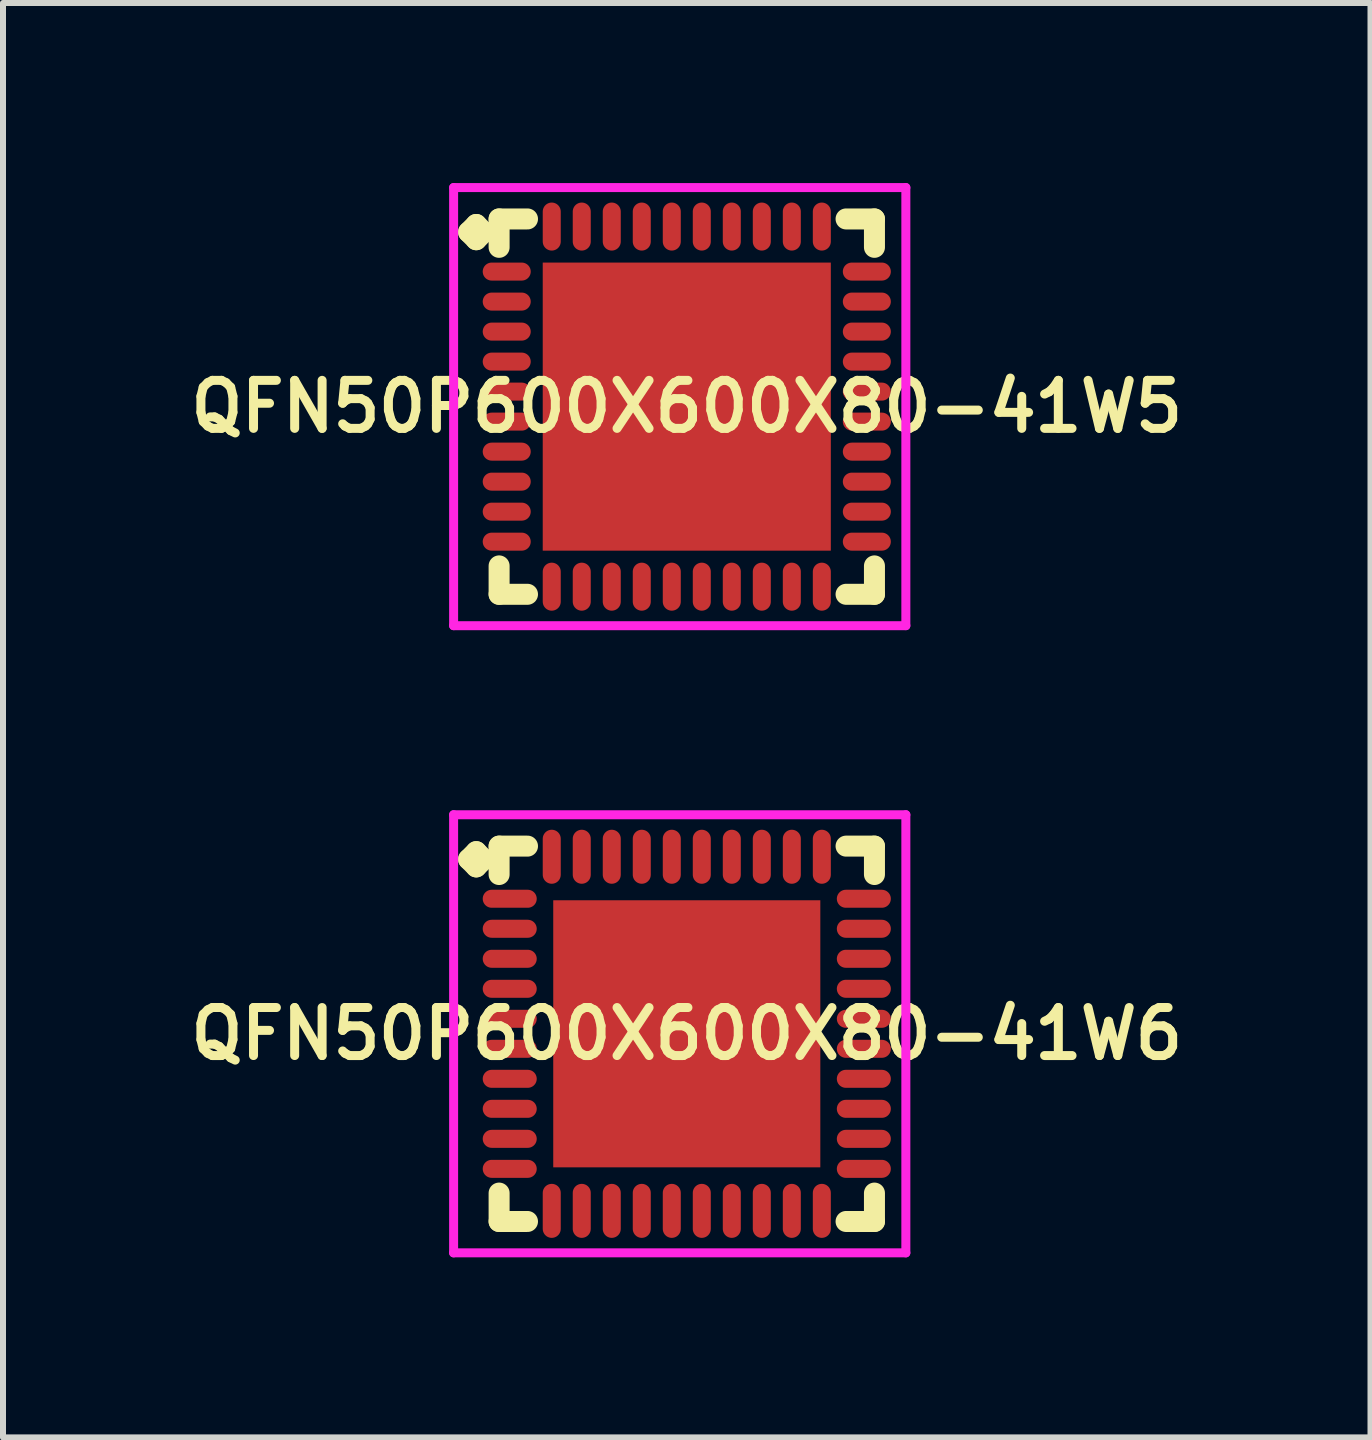
<source format=kicad_pcb>
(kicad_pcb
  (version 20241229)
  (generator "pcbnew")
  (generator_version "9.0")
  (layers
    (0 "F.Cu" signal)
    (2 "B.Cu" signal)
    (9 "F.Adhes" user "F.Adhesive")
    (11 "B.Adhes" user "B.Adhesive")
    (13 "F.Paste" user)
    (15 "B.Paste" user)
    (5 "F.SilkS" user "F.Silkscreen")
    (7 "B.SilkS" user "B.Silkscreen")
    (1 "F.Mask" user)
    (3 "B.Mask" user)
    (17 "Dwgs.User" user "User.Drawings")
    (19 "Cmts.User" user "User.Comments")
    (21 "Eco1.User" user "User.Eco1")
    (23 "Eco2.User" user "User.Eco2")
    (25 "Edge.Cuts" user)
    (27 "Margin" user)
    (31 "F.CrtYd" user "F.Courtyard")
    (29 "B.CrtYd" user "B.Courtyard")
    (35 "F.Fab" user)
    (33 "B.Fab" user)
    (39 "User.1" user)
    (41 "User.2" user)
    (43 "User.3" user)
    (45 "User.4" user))
  (footprint "QFN50P600X600X80-41W5"
    (layer "F.Cu")
    (at 8.393 3.725)
    (property "Reference" "QFN50P600X600X80-41W5" (at 0 0 0) (layer "F.SilkS") (effects (font (size 0.8 0.8) (thickness 0.15))))
    (attr smd)
    (fp_line (start -3.635 -2.908) (end -3.508 -3.035) (stroke (width 0.35) (type solid)) (layer "F.SilkS"))
    (fp_line (start -3.508 -3.035) (end -3.381 -2.908) (stroke (width 0.35) (type solid)) (layer "F.SilkS"))
    (fp_line (start -3.508 -2.781) (end -3.635 -2.908) (stroke (width 0.35) (type solid)) (layer "F.SilkS"))
    (fp_line (start -3.381 -2.908) (end -3.508 -2.781) (stroke (width 0.35) (type solid)) (layer "F.SilkS"))
    (fp_line (start -3.127 -3.127) (end -2.654 -3.127) (stroke (width 0.35) (type solid)) (layer "F.SilkS"))
    (fp_line (start -3.127 -2.654) (end -3.127 -3.127) (stroke (width 0.35) (type solid)) (layer "F.SilkS"))
    (fp_line (start -3.127 2.654) (end -3.127 3.127) (stroke (width 0.35) (type solid)) (layer "F.SilkS"))
    (fp_line (start -3.127 3.127) (end -2.654 3.127) (stroke (width 0.35) (type solid)) (layer "F.SilkS"))
    (fp_line (start 2.654 -3.127) (end 3.127 -3.127) (stroke (width 0.35) (type solid)) (layer "F.SilkS"))
    (fp_line (start 2.654 3.127) (end 3.127 3.127) (stroke (width 0.35) (type solid)) (layer "F.SilkS"))
    (fp_line (start 3.127 -3.127) (end 3.127 -2.654) (stroke (width 0.35) (type solid)) (layer "F.SilkS"))
    (fp_line (start 3.127 3.127) (end 3.127 2.654) (stroke (width 0.35) (type solid)) (layer "F.SilkS"))
    (fp_line (start -3.885 -3.65) (end 3.65 -3.65) (stroke (width 0.15) (type solid)) (layer "F.CrtYd"))
    (fp_line (start -3.885 3.65) (end -3.885 -3.65) (stroke (width 0.15) (type solid)) (layer "F.CrtYd"))
    (fp_line (start 3.65 -3.65) (end 3.65 3.65) (stroke (width 0.15) (type solid)) (layer "F.CrtYd"))
    (fp_line (start 3.65 3.65) (end -3.885 3.65) (stroke (width 0.15) (type solid)) (layer "F.CrtYd"))
    (pad "1" smd oval (at -3 -2.25) (size 0.8 0.3) (layers "F.Cu" "F.Mask" "F.Paste"))
    (pad "2" smd oval (at -3 -1.75) (size 0.8 0.3) (layers "F.Cu" "F.Mask" "F.Paste"))
    (pad "3" smd oval (at -3 -1.25) (size 0.8 0.3) (layers "F.Cu" "F.Mask" "F.Paste"))
    (pad "4" smd oval (at -3 -0.75) (size 0.8 0.3) (layers "F.Cu" "F.Mask" "F.Paste"))
    (pad "5" smd oval (at -3 -0.25) (size 0.8 0.3) (layers "F.Cu" "F.Mask" "F.Paste"))
    (pad "6" smd oval (at -3 0.25) (size 0.8 0.3) (layers "F.Cu" "F.Mask" "F.Paste"))
    (pad "7" smd oval (at -3 0.75) (size 0.8 0.3) (layers "F.Cu" "F.Mask" "F.Paste"))
    (pad "8" smd oval (at -3 1.25) (size 0.8 0.3) (layers "F.Cu" "F.Mask" "F.Paste"))
    (pad "9" smd oval (at -3 1.75) (size 0.8 0.3) (layers "F.Cu" "F.Mask" "F.Paste"))
    (pad "10" smd oval (at -3 2.25) (size 0.8 0.3) (layers "F.Cu" "F.Mask" "F.Paste"))
    (pad "11" smd oval (at -2.25 3) (size 0.3 0.8) (layers "F.Cu" "F.Mask" "F.Paste"))
    (pad "12" smd oval (at -1.75 3) (size 0.3 0.8) (layers "F.Cu" "F.Mask" "F.Paste"))
    (pad "13" smd oval (at -1.25 3) (size 0.3 0.8) (layers "F.Cu" "F.Mask" "F.Paste"))
    (pad "14" smd oval (at -0.75 3) (size 0.3 0.8) (layers "F.Cu" "F.Mask" "F.Paste"))
    (pad "15" smd oval (at -0.25 3) (size 0.3 0.8) (layers "F.Cu" "F.Mask" "F.Paste"))
    (pad "16" smd oval (at 0.25 3) (size 0.3 0.8) (layers "F.Cu" "F.Mask" "F.Paste"))
    (pad "17" smd oval (at 0.75 3) (size 0.3 0.8) (layers "F.Cu" "F.Mask" "F.Paste"))
    (pad "18" smd oval (at 1.25 3) (size 0.3 0.8) (layers "F.Cu" "F.Mask" "F.Paste"))
    (pad "19" smd oval (at 1.75 3) (size 0.3 0.8) (layers "F.Cu" "F.Mask" "F.Paste"))
    (pad "20" smd oval (at 2.25 3) (size 0.3 0.8) (layers "F.Cu" "F.Mask" "F.Paste"))
    (pad "21" smd oval (at 3 2.25) (size 0.8 0.3) (layers "F.Cu" "F.Mask" "F.Paste"))
    (pad "22" smd oval (at 3 1.75) (size 0.8 0.3) (layers "F.Cu" "F.Mask" "F.Paste"))
    (pad "23" smd oval (at 3 1.25) (size 0.8 0.3) (layers "F.Cu" "F.Mask" "F.Paste"))
    (pad "24" smd oval (at 3 0.75) (size 0.8 0.3) (layers "F.Cu" "F.Mask" "F.Paste"))
    (pad "25" smd oval (at 3 0.25) (size 0.8 0.3) (layers "F.Cu" "F.Mask" "F.Paste"))
    (pad "26" smd oval (at 3 -0.25) (size 0.8 0.3) (layers "F.Cu" "F.Mask" "F.Paste"))
    (pad "27" smd oval (at 3 -0.75) (size 0.8 0.3) (layers "F.Cu" "F.Mask" "F.Paste"))
    (pad "28" smd oval (at 3 -1.25) (size 0.8 0.3) (layers "F.Cu" "F.Mask" "F.Paste"))
    (pad "29" smd oval (at 3 -1.75) (size 0.8 0.3) (layers "F.Cu" "F.Mask" "F.Paste"))
    (pad "30" smd oval (at 3 -2.25) (size 0.8 0.3) (layers "F.Cu" "F.Mask" "F.Paste"))
    (pad "31" smd oval (at 2.25 -3) (size 0.3 0.8) (layers "F.Cu" "F.Mask" "F.Paste"))
    (pad "32" smd oval (at 1.75 -3) (size 0.3 0.8) (layers "F.Cu" "F.Mask" "F.Paste"))
    (pad "33" smd oval (at 1.25 -3) (size 0.3 0.8) (layers "F.Cu" "F.Mask" "F.Paste"))
    (pad "34" smd oval (at 0.75 -3) (size 0.3 0.8) (layers "F.Cu" "F.Mask" "F.Paste"))
    (pad "35" smd oval (at 0.25 -3) (size 0.3 0.8) (layers "F.Cu" "F.Mask" "F.Paste"))
    (pad "36" smd oval (at -0.25 -3) (size 0.3 0.8) (layers "F.Cu" "F.Mask" "F.Paste"))
    (pad "37" smd oval (at -0.75 -3) (size 0.3 0.8) (layers "F.Cu" "F.Mask" "F.Paste"))
    (pad "38" smd oval (at -1.25 -3) (size 0.3 0.8) (layers "F.Cu" "F.Mask" "F.Paste"))
    (pad "39" smd oval (at -1.75 -3) (size 0.3 0.8) (layers "F.Cu" "F.Mask" "F.Paste"))
    (pad "40" smd oval (at -2.25 -3) (size 0.3 0.8) (layers "F.Cu" "F.Mask" "F.Paste"))
    (pad "41" smd rect (at 0 0) (size 4.8 4.8) (layers "F.Cu" "F.Mask" "F.Paste")))
  (footprint "QFN50P600X600X80-41W6"
    (layer "F.Cu")
    (at 8.393 14.175)
    (property "Reference" "QFN50P600X600X80-41W6" (at 0 0 0) (layer "F.SilkS") (effects (font (size 0.8 0.8) (thickness 0.15))))
    (attr smd)
    (fp_line (start -3.635 -2.908) (end -3.508 -3.035) (stroke (width 0.35) (type solid)) (layer "F.SilkS"))
    (fp_line (start -3.508 -3.035) (end -3.381 -2.908) (stroke (width 0.35) (type solid)) (layer "F.SilkS"))
    (fp_line (start -3.508 -2.781) (end -3.635 -2.908) (stroke (width 0.35) (type solid)) (layer "F.SilkS"))
    (fp_line (start -3.381 -2.908) (end -3.508 -2.781) (stroke (width 0.35) (type solid)) (layer "F.SilkS"))
    (fp_line (start -3.127 -3.127) (end -2.654 -3.127) (stroke (width 0.35) (type solid)) (layer "F.SilkS"))
    (fp_line (start -3.127 -2.654) (end -3.127 -3.127) (stroke (width 0.35) (type solid)) (layer "F.SilkS"))
    (fp_line (start -3.127 2.654) (end -3.127 3.127) (stroke (width 0.35) (type solid)) (layer "F.SilkS"))
    (fp_line (start -3.127 3.127) (end -2.654 3.127) (stroke (width 0.35) (type solid)) (layer "F.SilkS"))
    (fp_line (start 2.654 -3.127) (end 3.127 -3.127) (stroke (width 0.35) (type solid)) (layer "F.SilkS"))
    (fp_line (start 2.654 3.127) (end 3.127 3.127) (stroke (width 0.35) (type solid)) (layer "F.SilkS"))
    (fp_line (start 3.127 -3.127) (end 3.127 -2.654) (stroke (width 0.35) (type solid)) (layer "F.SilkS"))
    (fp_line (start 3.127 3.127) (end 3.127 2.654) (stroke (width 0.35) (type solid)) (layer "F.SilkS"))
    (fp_line (start -3.885 -3.65) (end 3.65 -3.65) (stroke (width 0.15) (type solid)) (layer "F.CrtYd"))
    (fp_line (start -3.885 3.65) (end -3.885 -3.65) (stroke (width 0.15) (type solid)) (layer "F.CrtYd"))
    (fp_line (start 3.65 -3.65) (end 3.65 3.65) (stroke (width 0.15) (type solid)) (layer "F.CrtYd"))
    (fp_line (start 3.65 3.65) (end -3.885 3.65) (stroke (width 0.15) (type solid)) (layer "F.CrtYd"))
    (pad "1" smd oval (at -2.95 -2.25) (size 0.9 0.3) (layers "F.Cu" "F.Mask" "F.Paste"))
    (pad "2" smd oval (at -2.95 -1.75) (size 0.9 0.3) (layers "F.Cu" "F.Mask" "F.Paste"))
    (pad "3" smd oval (at -2.95 -1.25) (size 0.9 0.3) (layers "F.Cu" "F.Mask" "F.Paste"))
    (pad "4" smd oval (at -2.95 -0.75) (size 0.9 0.3) (layers "F.Cu" "F.Mask" "F.Paste"))
    (pad "5" smd oval (at -2.95 -0.25) (size 0.9 0.3) (layers "F.Cu" "F.Mask" "F.Paste"))
    (pad "6" smd oval (at -2.95 0.25) (size 0.9 0.3) (layers "F.Cu" "F.Mask" "F.Paste"))
    (pad "7" smd oval (at -2.95 0.75) (size 0.9 0.3) (layers "F.Cu" "F.Mask" "F.Paste"))
    (pad "8" smd oval (at -2.95 1.25) (size 0.9 0.3) (layers "F.Cu" "F.Mask" "F.Paste"))
    (pad "9" smd oval (at -2.95 1.75) (size 0.9 0.3) (layers "F.Cu" "F.Mask" "F.Paste"))
    (pad "10" smd oval (at -2.95 2.25) (size 0.9 0.3) (layers "F.Cu" "F.Mask" "F.Paste"))
    (pad "11" smd oval (at -2.25 2.95) (size 0.3 0.9) (layers "F.Cu" "F.Mask" "F.Paste"))
    (pad "12" smd oval (at -1.75 2.95) (size 0.3 0.9) (layers "F.Cu" "F.Mask" "F.Paste"))
    (pad "13" smd oval (at -1.25 2.95) (size 0.3 0.9) (layers "F.Cu" "F.Mask" "F.Paste"))
    (pad "14" smd oval (at -0.75 2.95) (size 0.3 0.9) (layers "F.Cu" "F.Mask" "F.Paste"))
    (pad "15" smd oval (at -0.25 2.95) (size 0.3 0.9) (layers "F.Cu" "F.Mask" "F.Paste"))
    (pad "16" smd oval (at 0.25 2.95) (size 0.3 0.9) (layers "F.Cu" "F.Mask" "F.Paste"))
    (pad "17" smd oval (at 0.75 2.95) (size 0.3 0.9) (layers "F.Cu" "F.Mask" "F.Paste"))
    (pad "18" smd oval (at 1.25 2.95) (size 0.3 0.9) (layers "F.Cu" "F.Mask" "F.Paste"))
    (pad "19" smd oval (at 1.75 2.95) (size 0.3 0.9) (layers "F.Cu" "F.Mask" "F.Paste"))
    (pad "20" smd oval (at 2.25 2.95) (size 0.3 0.9) (layers "F.Cu" "F.Mask" "F.Paste"))
    (pad "21" smd oval (at 2.95 2.25) (size 0.9 0.3) (layers "F.Cu" "F.Mask" "F.Paste"))
    (pad "22" smd oval (at 2.95 1.75) (size 0.9 0.3) (layers "F.Cu" "F.Mask" "F.Paste"))
    (pad "23" smd oval (at 2.95 1.25) (size 0.9 0.3) (layers "F.Cu" "F.Mask" "F.Paste"))
    (pad "24" smd oval (at 2.95 0.75) (size 0.9 0.3) (layers "F.Cu" "F.Mask" "F.Paste"))
    (pad "25" smd oval (at 2.95 0.25) (size 0.9 0.3) (layers "F.Cu" "F.Mask" "F.Paste"))
    (pad "26" smd oval (at 2.95 -0.25) (size 0.9 0.3) (layers "F.Cu" "F.Mask" "F.Paste"))
    (pad "27" smd oval (at 2.95 -0.75) (size 0.9 0.3) (layers "F.Cu" "F.Mask" "F.Paste"))
    (pad "28" smd oval (at 2.95 -1.25) (size 0.9 0.3) (layers "F.Cu" "F.Mask" "F.Paste"))
    (pad "29" smd oval (at 2.95 -1.75) (size 0.9 0.3) (layers "F.Cu" "F.Mask" "F.Paste"))
    (pad "30" smd oval (at 2.95 -2.25) (size 0.9 0.3) (layers "F.Cu" "F.Mask" "F.Paste"))
    (pad "31" smd oval (at 2.25 -2.95) (size 0.3 0.9) (layers "F.Cu" "F.Mask" "F.Paste"))
    (pad "32" smd oval (at 1.75 -2.95) (size 0.3 0.9) (layers "F.Cu" "F.Mask" "F.Paste"))
    (pad "33" smd oval (at 1.25 -2.95) (size 0.3 0.9) (layers "F.Cu" "F.Mask" "F.Paste"))
    (pad "34" smd oval (at 0.75 -2.95) (size 0.3 0.9) (layers "F.Cu" "F.Mask" "F.Paste"))
    (pad "35" smd oval (at 0.25 -2.95) (size 0.3 0.9) (layers "F.Cu" "F.Mask" "F.Paste"))
    (pad "36" smd oval (at -0.25 -2.95) (size 0.3 0.9) (layers "F.Cu" "F.Mask" "F.Paste"))
    (pad "37" smd oval (at -0.75 -2.95) (size 0.3 0.9) (layers "F.Cu" "F.Mask" "F.Paste"))
    (pad "38" smd oval (at -1.25 -2.95) (size 0.3 0.9) (layers "F.Cu" "F.Mask" "F.Paste"))
    (pad "39" smd oval (at -1.75 -2.95) (size 0.3 0.9) (layers "F.Cu" "F.Mask" "F.Paste"))
    (pad "40" smd oval (at -2.25 -2.95) (size 0.3 0.9) (layers "F.Cu" "F.Mask" "F.Paste"))
    (pad "41" smd rect (at 0 0) (size 4.45 4.45) (layers "F.Cu" "F.Mask" "F.Paste")))
  (gr_rect
    (start -3 -3)
    (end 19.785 20.9)
    (stroke (width 0.1) (type default))
    (fill no)
    (layer "Edge.Cuts")))
</source>
